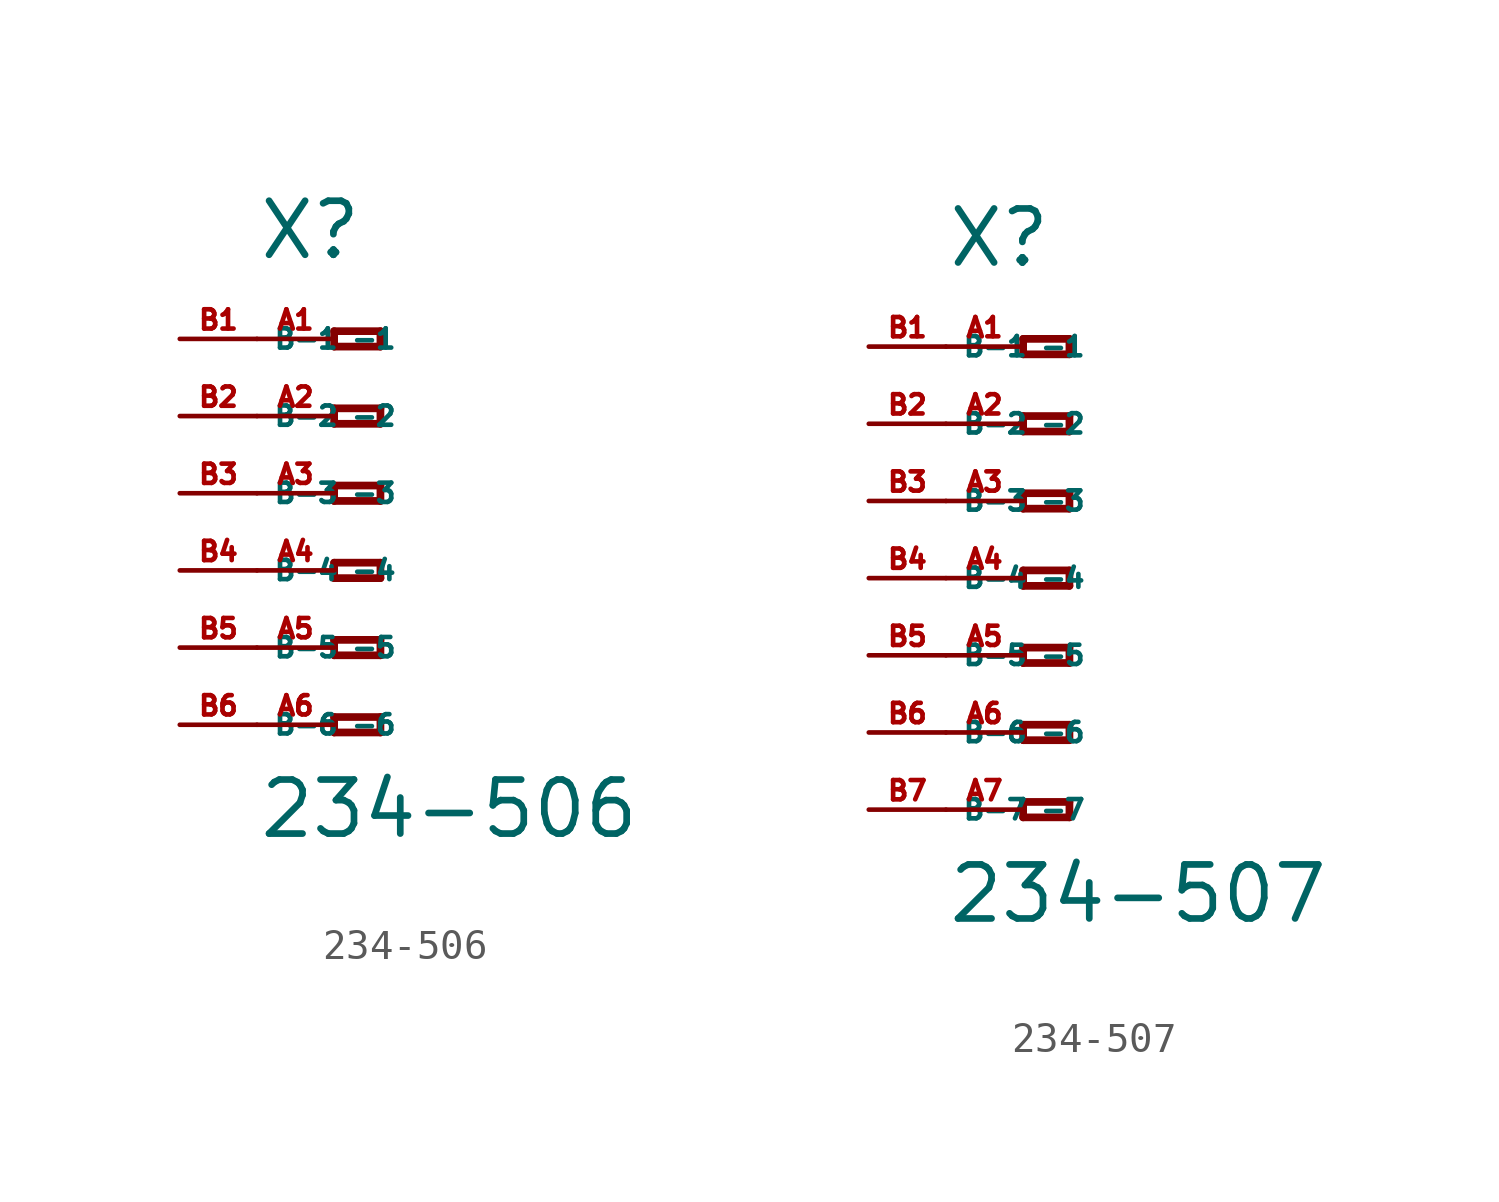
<source format=kicad_sym>
(kicad_symbol_lib
  (version 20220914)
  (generator Eagle2Kicad)
  (symbol "234-506"
    (property "Reference" "X"
      (at -5.08 7.62 0)
      (effects (font (size 1.778 1.778) (thickness 0.22)) (justify left bottom)))
    (property "Value" "234-506"
      (at -5.08 -11.43 0)
      (effects (font (size 1.778 1.778) (thickness 0.22)) (justify left bottom)))
    (polyline
      (pts (xy -2.54 5.334) (xy -2.54 4.826))
      (stroke (width 0.254) (type default))
      (fill (type none)))
    (polyline
      (pts (xy -2.54 4.826) (xy -1.016 4.826))
      (stroke (width 0.254) (type default))
      (fill (type none)))
    (polyline
      (pts (xy -1.016 4.826) (xy -1.016 5.334))
      (stroke (width 0.254) (type default))
      (fill (type none)))
    (polyline
      (pts (xy -1.016 5.334) (xy -2.54 5.334))
      (stroke (width 0.254) (type default))
      (fill (type none)))
    (polyline
      (pts (xy -2.54 2.794) (xy -2.54 2.286))
      (stroke (width 0.254) (type default))
      (fill (type none)))
    (polyline
      (pts (xy -2.54 2.286) (xy -1.016 2.286))
      (stroke (width 0.254) (type default))
      (fill (type none)))
    (polyline
      (pts (xy -1.016 2.286) (xy -1.016 2.794))
      (stroke (width 0.254) (type default))
      (fill (type none)))
    (polyline
      (pts (xy -1.016 2.794) (xy -2.54 2.794))
      (stroke (width 0.254) (type default))
      (fill (type none)))
    (polyline
      (pts (xy -2.54 0.254) (xy -2.54 -0.254))
      (stroke (width 0.254) (type default))
      (fill (type none)))
    (polyline
      (pts (xy -2.54 -0.254) (xy -1.016 -0.254))
      (stroke (width 0.254) (type default))
      (fill (type none)))
    (polyline
      (pts (xy -1.016 -0.254) (xy -1.016 0.254))
      (stroke (width 0.254) (type default))
      (fill (type none)))
    (polyline
      (pts (xy -1.016 0.254) (xy -2.54 0.254))
      (stroke (width 0.254) (type default))
      (fill (type none)))
    (polyline
      (pts (xy -2.54 -2.286) (xy -2.54 -2.794))
      (stroke (width 0.254) (type default))
      (fill (type none)))
    (polyline
      (pts (xy -2.54 -2.794) (xy -1.016 -2.794))
      (stroke (width 0.254) (type default))
      (fill (type none)))
    (polyline
      (pts (xy -1.016 -2.794) (xy -1.016 -2.286))
      (stroke (width 0.254) (type default))
      (fill (type none)))
    (polyline
      (pts (xy -1.016 -2.286) (xy -2.54 -2.286))
      (stroke (width 0.254) (type default))
      (fill (type none)))
    (polyline
      (pts (xy -2.54 -4.826) (xy -2.54 -5.334))
      (stroke (width 0.254) (type default))
      (fill (type none)))
    (polyline
      (pts (xy -2.54 -5.334) (xy -1.016 -5.334))
      (stroke (width 0.254) (type default))
      (fill (type none)))
    (polyline
      (pts (xy -1.016 -5.334) (xy -1.016 -4.826))
      (stroke (width 0.254) (type default))
      (fill (type none)))
    (polyline
      (pts (xy -1.016 -4.826) (xy -2.54 -4.826))
      (stroke (width 0.254) (type default))
      (fill (type none)))
    (polyline
      (pts (xy -2.54 -7.366) (xy -2.54 -7.874))
      (stroke (width 0.254) (type default))
      (fill (type none)))
    (polyline
      (pts (xy -2.54 -7.874) (xy -1.016 -7.874))
      (stroke (width 0.254) (type default))
      (fill (type none)))
    (polyline
      (pts (xy -1.016 -7.874) (xy -1.016 -7.366))
      (stroke (width 0.254) (type default))
      (fill (type none)))
    (polyline
      (pts (xy -1.016 -7.366) (xy -2.54 -7.366))
      (stroke (width 0.254) (type default))
      (fill (type none)))
    (pin passive line
      (at -5.08 5.08 0)
      (length 2.54)
      (name "-1" (effects (font (size 0.635 0.635) (thickness 0.08)) (justify left bottom)))
      (number "A1" (effects (font (size 0.635 0.635) (thickness 0.08)) (justify left bottom))))
    (pin passive line
      (at -5.08 2.54 0)
      (length 2.54)
      (name "-2" (effects (font (size 0.635 0.635) (thickness 0.08)) (justify left bottom)))
      (number "A2" (effects (font (size 0.635 0.635) (thickness 0.08)) (justify left bottom))))
    (pin passive line
      (at -5.08 0 0)
      (length 2.54)
      (name "-3" (effects (font (size 0.635 0.635) (thickness 0.08)) (justify left bottom)))
      (number "A3" (effects (font (size 0.635 0.635) (thickness 0.08)) (justify left bottom))))
    (pin passive line
      (at -5.08 -2.54 0)
      (length 2.54)
      (name "-4" (effects (font (size 0.635 0.635) (thickness 0.08)) (justify left bottom)))
      (number "A4" (effects (font (size 0.635 0.635) (thickness 0.08)) (justify left bottom))))
    (pin passive line
      (at -5.08 -5.08 0)
      (length 2.54)
      (name "-5" (effects (font (size 0.635 0.635) (thickness 0.08)) (justify left bottom)))
      (number "A5" (effects (font (size 0.635 0.635) (thickness 0.08)) (justify left bottom))))
    (pin passive line
      (at -5.08 -7.62 0)
      (length 2.54)
      (name "-6" (effects (font (size 0.635 0.635) (thickness 0.08)) (justify left bottom)))
      (number "A6" (effects (font (size 0.635 0.635) (thickness 0.08)) (justify left bottom))))
    (pin passive line
      (at -7.62 -7.62 0)
      (length 2.54)
      (name "B-6" (effects (font (size 0.635 0.635) (thickness 0.08)) (justify left bottom)))
      (number "B6" (effects (font (size 0.635 0.635) (thickness 0.08)) (justify left bottom))))
    (pin passive line
      (at -7.62 5.08 0)
      (length 2.54)
      (name "B-1" (effects (font (size 0.635 0.635) (thickness 0.08)) (justify left bottom)))
      (number "B1" (effects (font (size 0.635 0.635) (thickness 0.08)) (justify left bottom))))
    (pin passive line
      (at -7.62 2.54 0)
      (length 2.54)
      (name "B-2" (effects (font (size 0.635 0.635) (thickness 0.08)) (justify left bottom)))
      (number "B2" (effects (font (size 0.635 0.635) (thickness 0.08)) (justify left bottom))))
    (pin passive line
      (at -7.62 0 0)
      (length 2.54)
      (name "B-3" (effects (font (size 0.635 0.635) (thickness 0.08)) (justify left bottom)))
      (number "B3" (effects (font (size 0.635 0.635) (thickness 0.08)) (justify left bottom))))
    (pin passive line
      (at -7.62 -2.54 0)
      (length 2.54)
      (name "B-4" (effects (font (size 0.635 0.635) (thickness 0.08)) (justify left bottom)))
      (number "B4" (effects (font (size 0.635 0.635) (thickness 0.08)) (justify left bottom))))
    (pin passive line
      (at -7.62 -5.08 0)
      (length 2.54)
      (name "B-5" (effects (font (size 0.635 0.635) (thickness 0.08)) (justify left bottom)))
      (number "B5" (effects (font (size 0.635 0.635) (thickness 0.08)) (justify left bottom)))))
  (symbol "234-507"
    (property "Reference" "X"
      (at -5.08 10.16 0)
      (effects (font (size 1.778 1.778) (thickness 0.22)) (justify left bottom)))
    (property "Value" "234-507"
      (at -5.08 -11.43 0)
      (effects (font (size 1.778 1.778) (thickness 0.22)) (justify left bottom)))
    (polyline
      (pts (xy -2.54 7.874) (xy -2.54 7.366))
      (stroke (width 0.254) (type default))
      (fill (type none)))
    (polyline
      (pts (xy -2.54 7.366) (xy -1.016 7.366))
      (stroke (width 0.254) (type default))
      (fill (type none)))
    (polyline
      (pts (xy -1.016 7.366) (xy -1.016 7.874))
      (stroke (width 0.254) (type default))
      (fill (type none)))
    (polyline
      (pts (xy -1.016 7.874) (xy -2.54 7.874))
      (stroke (width 0.254) (type default))
      (fill (type none)))
    (polyline
      (pts (xy -2.54 5.334) (xy -2.54 4.826))
      (stroke (width 0.254) (type default))
      (fill (type none)))
    (polyline
      (pts (xy -2.54 4.826) (xy -1.016 4.826))
      (stroke (width 0.254) (type default))
      (fill (type none)))
    (polyline
      (pts (xy -1.016 4.826) (xy -1.016 5.334))
      (stroke (width 0.254) (type default))
      (fill (type none)))
    (polyline
      (pts (xy -1.016 5.334) (xy -2.54 5.334))
      (stroke (width 0.254) (type default))
      (fill (type none)))
    (polyline
      (pts (xy -2.54 2.794) (xy -2.54 2.286))
      (stroke (width 0.254) (type default))
      (fill (type none)))
    (polyline
      (pts (xy -2.54 2.286) (xy -1.016 2.286))
      (stroke (width 0.254) (type default))
      (fill (type none)))
    (polyline
      (pts (xy -1.016 2.286) (xy -1.016 2.794))
      (stroke (width 0.254) (type default))
      (fill (type none)))
    (polyline
      (pts (xy -1.016 2.794) (xy -2.54 2.794))
      (stroke (width 0.254) (type default))
      (fill (type none)))
    (polyline
      (pts (xy -2.54 0.254) (xy -2.54 -0.254))
      (stroke (width 0.254) (type default))
      (fill (type none)))
    (polyline
      (pts (xy -2.54 -0.254) (xy -1.016 -0.254))
      (stroke (width 0.254) (type default))
      (fill (type none)))
    (polyline
      (pts (xy -1.016 -0.254) (xy -1.016 0.254))
      (stroke (width 0.254) (type default))
      (fill (type none)))
    (polyline
      (pts (xy -1.016 0.254) (xy -2.54 0.254))
      (stroke (width 0.254) (type default))
      (fill (type none)))
    (polyline
      (pts (xy -2.54 -2.286) (xy -2.54 -2.794))
      (stroke (width 0.254) (type default))
      (fill (type none)))
    (polyline
      (pts (xy -2.54 -2.794) (xy -1.016 -2.794))
      (stroke (width 0.254) (type default))
      (fill (type none)))
    (polyline
      (pts (xy -1.016 -2.794) (xy -1.016 -2.286))
      (stroke (width 0.254) (type default))
      (fill (type none)))
    (polyline
      (pts (xy -1.016 -2.286) (xy -2.54 -2.286))
      (stroke (width 0.254) (type default))
      (fill (type none)))
    (polyline
      (pts (xy -2.54 -4.826) (xy -2.54 -5.334))
      (stroke (width 0.254) (type default))
      (fill (type none)))
    (polyline
      (pts (xy -2.54 -5.334) (xy -1.016 -5.334))
      (stroke (width 0.254) (type default))
      (fill (type none)))
    (polyline
      (pts (xy -1.016 -5.334) (xy -1.016 -4.826))
      (stroke (width 0.254) (type default))
      (fill (type none)))
    (polyline
      (pts (xy -1.016 -4.826) (xy -2.54 -4.826))
      (stroke (width 0.254) (type default))
      (fill (type none)))
    (polyline
      (pts (xy -2.54 -7.366) (xy -2.54 -7.874))
      (stroke (width 0.254) (type default))
      (fill (type none)))
    (polyline
      (pts (xy -2.54 -7.874) (xy -1.016 -7.874))
      (stroke (width 0.254) (type default))
      (fill (type none)))
    (polyline
      (pts (xy -1.016 -7.874) (xy -1.016 -7.366))
      (stroke (width 0.254) (type default))
      (fill (type none)))
    (polyline
      (pts (xy -1.016 -7.366) (xy -2.54 -7.366))
      (stroke (width 0.254) (type default))
      (fill (type none)))
    (pin passive line
      (at -5.08 7.62 0)
      (length 2.54)
      (name "-1" (effects (font (size 0.635 0.635) (thickness 0.08)) (justify left bottom)))
      (number "A1" (effects (font (size 0.635 0.635) (thickness 0.08)) (justify left bottom))))
    (pin passive line
      (at -5.08 5.08 0)
      (length 2.54)
      (name "-2" (effects (font (size 0.635 0.635) (thickness 0.08)) (justify left bottom)))
      (number "A2" (effects (font (size 0.635 0.635) (thickness 0.08)) (justify left bottom))))
    (pin passive line
      (at -5.08 2.54 0)
      (length 2.54)
      (name "-3" (effects (font (size 0.635 0.635) (thickness 0.08)) (justify left bottom)))
      (number "A3" (effects (font (size 0.635 0.635) (thickness 0.08)) (justify left bottom))))
    (pin passive line
      (at -5.08 0 0)
      (length 2.54)
      (name "-4" (effects (font (size 0.635 0.635) (thickness 0.08)) (justify left bottom)))
      (number "A4" (effects (font (size 0.635 0.635) (thickness 0.08)) (justify left bottom))))
    (pin passive line
      (at -5.08 -2.54 0)
      (length 2.54)
      (name "-5" (effects (font (size 0.635 0.635) (thickness 0.08)) (justify left bottom)))
      (number "A5" (effects (font (size 0.635 0.635) (thickness 0.08)) (justify left bottom))))
    (pin passive line
      (at -5.08 -5.08 0)
      (length 2.54)
      (name "-6" (effects (font (size 0.635 0.635) (thickness 0.08)) (justify left bottom)))
      (number "A6" (effects (font (size 0.635 0.635) (thickness 0.08)) (justify left bottom))))
    (pin passive line
      (at -5.08 -7.62 0)
      (length 2.54)
      (name "-7" (effects (font (size 0.635 0.635) (thickness 0.08)) (justify left bottom)))
      (number "A7" (effects (font (size 0.635 0.635) (thickness 0.08)) (justify left bottom))))
    (pin passive line
      (at -7.62 -7.62 0)
      (length 2.54)
      (name "B-7" (effects (font (size 0.635 0.635) (thickness 0.08)) (justify left bottom)))
      (number "B7" (effects (font (size 0.635 0.635) (thickness 0.08)) (justify left bottom))))
    (pin passive line
      (at -7.62 7.62 0)
      (length 2.54)
      (name "B-1" (effects (font (size 0.635 0.635) (thickness 0.08)) (justify left bottom)))
      (number "B1" (effects (font (size 0.635 0.635) (thickness 0.08)) (justify left bottom))))
    (pin passive line
      (at -7.62 5.08 0)
      (length 2.54)
      (name "B-2" (effects (font (size 0.635 0.635) (thickness 0.08)) (justify left bottom)))
      (number "B2" (effects (font (size 0.635 0.635) (thickness 0.08)) (justify left bottom))))
    (pin passive line
      (at -7.62 2.54 0)
      (length 2.54)
      (name "B-3" (effects (font (size 0.635 0.635) (thickness 0.08)) (justify left bottom)))
      (number "B3" (effects (font (size 0.635 0.635) (thickness 0.08)) (justify left bottom))))
    (pin passive line
      (at -7.62 0 0)
      (length 2.54)
      (name "B-4" (effects (font (size 0.635 0.635) (thickness 0.08)) (justify left bottom)))
      (number "B4" (effects (font (size 0.635 0.635) (thickness 0.08)) (justify left bottom))))
    (pin passive line
      (at -7.62 -2.54 0)
      (length 2.54)
      (name "B-5" (effects (font (size 0.635 0.635) (thickness 0.08)) (justify left bottom)))
      (number "B5" (effects (font (size 0.635 0.635) (thickness 0.08)) (justify left bottom))))
    (pin passive line
      (at -7.62 -5.08 0)
      (length 2.54)
      (name "B-6" (effects (font (size 0.635 0.635) (thickness 0.08)) (justify left bottom)))
      (number "B6" (effects (font (size 0.635 0.635) (thickness 0.08)) (justify left bottom))))))
</source>
